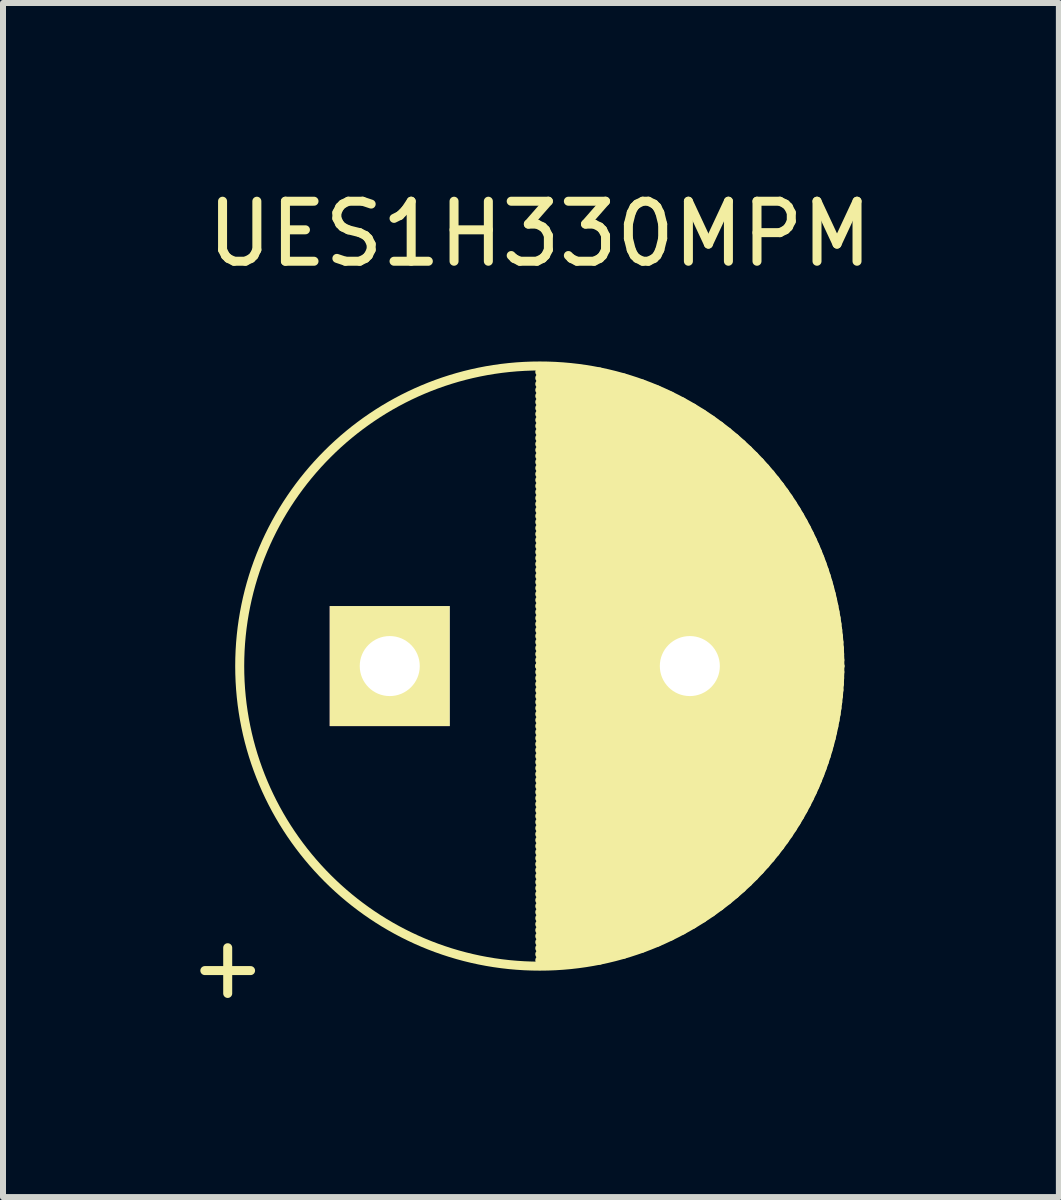
<source format=kicad_pcb>
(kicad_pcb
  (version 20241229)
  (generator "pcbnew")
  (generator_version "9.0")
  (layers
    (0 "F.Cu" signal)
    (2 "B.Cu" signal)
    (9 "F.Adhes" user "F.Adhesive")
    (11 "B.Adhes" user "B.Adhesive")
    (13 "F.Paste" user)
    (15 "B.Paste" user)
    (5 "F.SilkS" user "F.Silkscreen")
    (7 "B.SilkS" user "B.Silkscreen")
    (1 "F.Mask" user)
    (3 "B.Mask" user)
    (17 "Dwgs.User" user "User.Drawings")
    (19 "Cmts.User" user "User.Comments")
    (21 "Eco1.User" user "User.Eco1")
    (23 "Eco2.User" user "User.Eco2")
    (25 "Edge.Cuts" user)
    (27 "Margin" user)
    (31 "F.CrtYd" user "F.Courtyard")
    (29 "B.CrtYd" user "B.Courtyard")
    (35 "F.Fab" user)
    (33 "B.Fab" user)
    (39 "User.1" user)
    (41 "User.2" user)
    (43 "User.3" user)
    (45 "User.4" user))
  (footprint "UES1H330MPM"
    (layer "F.Cu")
    (at 3.444 8.048)
    (property "Reference" "UES1H330MPM" (at 2.5 -7.2 0) (layer "F.SilkS") (effects (font (size 1 1) (thickness 0.15))))
    (attr through_hole)
    (fp_line (start 2.5 -4.9) (end 3.495 -4.9) (stroke (width 0.15) (type solid)) (layer "F.SilkS"))
    (fp_line (start 2.5 -4.8) (end 3.9 -4.8) (stroke (width 0.15) (type solid)) (layer "F.SilkS"))
    (fp_line (start 2.5 -4.7) (end 4.206 -4.7) (stroke (width 0.15) (type solid)) (layer "F.SilkS"))
    (fp_line (start 2.5 -4.6) (end 4.46 -4.6) (stroke (width 0.15) (type solid)) (layer "F.SilkS"))
    (fp_line (start 2.5 -4.5) (end 4.679 -4.5) (stroke (width 0.15) (type solid)) (layer "F.SilkS"))
    (fp_line (start 2.5 -4.4) (end 4.875 -4.4) (stroke (width 0.15) (type solid)) (layer "F.SilkS"))
    (fp_line (start 2.5 -4.3) (end 5.051 -4.3) (stroke (width 0.15) (type solid)) (layer "F.SilkS"))
    (fp_line (start 2.5 -4.2) (end 5.213 -4.2) (stroke (width 0.15) (type solid)) (layer "F.SilkS"))
    (fp_line (start 2.5 -4.1) (end 5.362 -4.1) (stroke (width 0.15) (type solid)) (layer "F.SilkS"))
    (fp_line (start 2.5 -4) (end 5.5 -4) (stroke (width 0.15) (type solid)) (layer "F.SilkS"))
    (fp_line (start 2.5 -3.9) (end 5.629 -3.9) (stroke (width 0.15) (type solid)) (layer "F.SilkS"))
    (fp_line (start 2.5 -3.8) (end 5.75 -3.8) (stroke (width 0.15) (type solid)) (layer "F.SilkS"))
    (fp_line (start 2.5 -3.7) (end 5.863 -3.7) (stroke (width 0.15) (type solid)) (layer "F.SilkS"))
    (fp_line (start 2.5 -3.6) (end 5.97 -3.6) (stroke (width 0.15) (type solid)) (layer "F.SilkS"))
    (fp_line (start 2.5 -3.5) (end 6.071 -3.5) (stroke (width 0.15) (type solid)) (layer "F.SilkS"))
    (fp_line (start 2.5 -3.4) (end 6.166 -3.4) (stroke (width 0.15) (type solid)) (layer "F.SilkS"))
    (fp_line (start 2.5 -3.3) (end 6.256 -3.3) (stroke (width 0.15) (type solid)) (layer "F.SilkS"))
    (fp_line (start 2.5 -3.2) (end 6.342 -3.2) (stroke (width 0.15) (type solid)) (layer "F.SilkS"))
    (fp_line (start 2.5 -3.1) (end 6.423 -3.1) (stroke (width 0.15) (type solid)) (layer "F.SilkS"))
    (fp_line (start 2.5 -3) (end 6.5 -3) (stroke (width 0.15) (type solid)) (layer "F.SilkS"))
    (fp_line (start 2.5 -2.9) (end 6.573 -2.9) (stroke (width 0.15) (type solid)) (layer "F.SilkS"))
    (fp_line (start 2.5 -2.8) (end 6.642 -2.8) (stroke (width 0.15) (type solid)) (layer "F.SilkS"))
    (fp_line (start 2.5 -2.7) (end 6.708 -2.7) (stroke (width 0.15) (type solid)) (layer "F.SilkS"))
    (fp_line (start 2.5 -2.6) (end 6.771 -2.6) (stroke (width 0.15) (type solid)) (layer "F.SilkS"))
    (fp_line (start 2.5 -2.5) (end 6.83 -2.5) (stroke (width 0.15) (type solid)) (layer "F.SilkS"))
    (fp_line (start 2.5 -2.4) (end 6.886 -2.4) (stroke (width 0.15) (type solid)) (layer "F.SilkS"))
    (fp_line (start 2.5 -2.3) (end 6.94 -2.3) (stroke (width 0.15) (type solid)) (layer "F.SilkS"))
    (fp_line (start 2.5 -2.2) (end 6.99 -2.2) (stroke (width 0.15) (type solid)) (layer "F.SilkS"))
    (fp_line (start 2.5 -2.1) (end 7.038 -2.1) (stroke (width 0.15) (type solid)) (layer "F.SilkS"))
    (fp_line (start 2.5 -2) (end 7.083 -2) (stroke (width 0.15) (type solid)) (layer "F.SilkS"))
    (fp_line (start 2.5 -1.9) (end 7.125 -1.9) (stroke (width 0.15) (type solid)) (layer "F.SilkS"))
    (fp_line (start 2.5 -1.8) (end 7.165 -1.8) (stroke (width 0.15) (type solid)) (layer "F.SilkS"))
    (fp_line (start 2.5 -1.7) (end 7.202 -1.7) (stroke (width 0.15) (type solid)) (layer "F.SilkS"))
    (fp_line (start 2.5 -1.6) (end 7.237 -1.6) (stroke (width 0.15) (type solid)) (layer "F.SilkS"))
    (fp_line (start 2.5 -1.5) (end 7.27 -1.5) (stroke (width 0.15) (type solid)) (layer "F.SilkS"))
    (fp_line (start 2.5 -1.4) (end 7.3 -1.4) (stroke (width 0.15) (type solid)) (layer "F.SilkS"))
    (fp_line (start 2.5 -1.3) (end 7.328 -1.3) (stroke (width 0.15) (type solid)) (layer "F.SilkS"))
    (fp_line (start 2.5 -1.2) (end 7.354 -1.2) (stroke (width 0.15) (type solid)) (layer "F.SilkS"))
    (fp_line (start 2.5 -1.1) (end 7.377 -1.1) (stroke (width 0.15) (type solid)) (layer "F.SilkS"))
    (fp_line (start 2.5 -1) (end 7.399 -1) (stroke (width 0.15) (type solid)) (layer "F.SilkS"))
    (fp_line (start 2.5 -0.9) (end 7.418 -0.9) (stroke (width 0.15) (type solid)) (layer "F.SilkS"))
    (fp_line (start 2.5 -0.8) (end 7.436 -0.8) (stroke (width 0.15) (type solid)) (layer "F.SilkS"))
    (fp_line (start 2.5 -0.7) (end 7.451 -0.7) (stroke (width 0.15) (type solid)) (layer "F.SilkS"))
    (fp_line (start 2.5 -0.6) (end 7.464 -0.6) (stroke (width 0.15) (type solid)) (layer "F.SilkS"))
    (fp_line (start 2.5 -0.5) (end 7.475 -0.5) (stroke (width 0.15) (type solid)) (layer "F.SilkS"))
    (fp_line (start 2.5 -0.4) (end 7.484 -0.4) (stroke (width 0.15) (type solid)) (layer "F.SilkS"))
    (fp_line (start 2.5 -0.3) (end 7.491 -0.3) (stroke (width 0.15) (type solid)) (layer "F.SilkS"))
    (fp_line (start 2.5 -0.2) (end 7.496 -0.2) (stroke (width 0.15) (type solid)) (layer "F.SilkS"))
    (fp_line (start 2.5 -0.1) (end 7.499 -0.1) (stroke (width 0.15) (type solid)) (layer "F.SilkS"))
    (fp_line (start 2.5 0) (end 7.5 0) (stroke (width 0.15) (type solid)) (layer "F.SilkS"))
    (fp_line (start 2.5 0) (end 7.5 0) (stroke (width 0.15) (type solid)) (layer "F.SilkS"))
    (fp_line (start 2.5 0.1) (end 7.499 0.1) (stroke (width 0.15) (type solid)) (layer "F.SilkS"))
    (fp_line (start 2.5 0.2) (end 7.496 0.2) (stroke (width 0.15) (type solid)) (layer "F.SilkS"))
    (fp_line (start 2.5 0.3) (end 7.491 0.3) (stroke (width 0.15) (type solid)) (layer "F.SilkS"))
    (fp_line (start 2.5 0.4) (end 7.484 0.4) (stroke (width 0.15) (type solid)) (layer "F.SilkS"))
    (fp_line (start 2.5 0.5) (end 7.475 0.5) (stroke (width 0.15) (type solid)) (layer "F.SilkS"))
    (fp_line (start 2.5 0.6) (end 7.464 0.6) (stroke (width 0.15) (type solid)) (layer "F.SilkS"))
    (fp_line (start 2.5 0.7) (end 7.451 0.7) (stroke (width 0.15) (type solid)) (layer "F.SilkS"))
    (fp_line (start 2.5 0.8) (end 7.436 0.8) (stroke (width 0.15) (type solid)) (layer "F.SilkS"))
    (fp_line (start 2.5 0.9) (end 7.418 0.9) (stroke (width 0.15) (type solid)) (layer "F.SilkS"))
    (fp_line (start 2.5 1) (end 7.399 1) (stroke (width 0.15) (type solid)) (layer "F.SilkS"))
    (fp_line (start 2.5 1.1) (end 7.377 1.1) (stroke (width 0.15) (type solid)) (layer "F.SilkS"))
    (fp_line (start 2.5 1.2) (end 7.354 1.2) (stroke (width 0.15) (type solid)) (layer "F.SilkS"))
    (fp_line (start 2.5 1.3) (end 7.328 1.3) (stroke (width 0.15) (type solid)) (layer "F.SilkS"))
    (fp_line (start 2.5 1.4) (end 7.3 1.4) (stroke (width 0.15) (type solid)) (layer "F.SilkS"))
    (fp_line (start 2.5 1.5) (end 7.27 1.5) (stroke (width 0.15) (type solid)) (layer "F.SilkS"))
    (fp_line (start 2.5 1.6) (end 7.237 1.6) (stroke (width 0.15) (type solid)) (layer "F.SilkS"))
    (fp_line (start 2.5 1.7) (end 7.202 1.7) (stroke (width 0.15) (type solid)) (layer "F.SilkS"))
    (fp_line (start 2.5 1.8) (end 7.165 1.8) (stroke (width 0.15) (type solid)) (layer "F.SilkS"))
    (fp_line (start 2.5 1.9) (end 7.125 1.9) (stroke (width 0.15) (type solid)) (layer "F.SilkS"))
    (fp_line (start 2.5 2) (end 7.083 2) (stroke (width 0.15) (type solid)) (layer "F.SilkS"))
    (fp_line (start 2.5 2.1) (end 7.038 2.1) (stroke (width 0.15) (type solid)) (layer "F.SilkS"))
    (fp_line (start 2.5 2.2) (end 6.99 2.2) (stroke (width 0.15) (type solid)) (layer "F.SilkS"))
    (fp_line (start 2.5 2.3) (end 6.94 2.3) (stroke (width 0.15) (type solid)) (layer "F.SilkS"))
    (fp_line (start 2.5 2.4) (end 6.886 2.4) (stroke (width 0.15) (type solid)) (layer "F.SilkS"))
    (fp_line (start 2.5 2.5) (end 6.83 2.5) (stroke (width 0.15) (type solid)) (layer "F.SilkS"))
    (fp_line (start 2.5 2.6) (end 6.771 2.6) (stroke (width 0.15) (type solid)) (layer "F.SilkS"))
    (fp_line (start 2.5 2.7) (end 6.708 2.7) (stroke (width 0.15) (type solid)) (layer "F.SilkS"))
    (fp_line (start 2.5 2.8) (end 6.642 2.8) (stroke (width 0.15) (type solid)) (layer "F.SilkS"))
    (fp_line (start 2.5 2.9) (end 6.573 2.9) (stroke (width 0.15) (type solid)) (layer "F.SilkS"))
    (fp_line (start 2.5 3) (end 6.5 3) (stroke (width 0.15) (type solid)) (layer "F.SilkS"))
    (fp_line (start 2.5 3.1) (end 6.423 3.1) (stroke (width 0.15) (type solid)) (layer "F.SilkS"))
    (fp_line (start 2.5 3.2) (end 6.342 3.2) (stroke (width 0.15) (type solid)) (layer "F.SilkS"))
    (fp_line (start 2.5 3.3) (end 6.256 3.3) (stroke (width 0.15) (type solid)) (layer "F.SilkS"))
    (fp_line (start 2.5 3.4) (end 6.166 3.4) (stroke (width 0.15) (type solid)) (layer "F.SilkS"))
    (fp_line (start 2.5 3.5) (end 6.071 3.5) (stroke (width 0.15) (type solid)) (layer "F.SilkS"))
    (fp_line (start 2.5 3.6) (end 5.97 3.6) (stroke (width 0.15) (type solid)) (layer "F.SilkS"))
    (fp_line (start 2.5 3.7) (end 5.863 3.7) (stroke (width 0.15) (type solid)) (layer "F.SilkS"))
    (fp_line (start 2.5 3.8) (end 5.75 3.8) (stroke (width 0.15) (type solid)) (layer "F.SilkS"))
    (fp_line (start 2.5 3.9) (end 5.629 3.9) (stroke (width 0.15) (type solid)) (layer "F.SilkS"))
    (fp_line (start 2.5 4) (end 5.5 4) (stroke (width 0.15) (type solid)) (layer "F.SilkS"))
    (fp_line (start 2.5 4.1) (end 5.362 4.1) (stroke (width 0.15) (type solid)) (layer "F.SilkS"))
    (fp_line (start 2.5 4.2) (end 5.213 4.2) (stroke (width 0.15) (type solid)) (layer "F.SilkS"))
    (fp_line (start 2.5 4.3) (end 5.051 4.3) (stroke (width 0.15) (type solid)) (layer "F.SilkS"))
    (fp_line (start 2.5 4.4) (end 4.875 4.4) (stroke (width 0.15) (type solid)) (layer "F.SilkS"))
    (fp_line (start 2.5 4.5) (end 4.679 4.5) (stroke (width 0.15) (type solid)) (layer "F.SilkS"))
    (fp_line (start 2.5 4.6) (end 4.46 4.6) (stroke (width 0.15) (type solid)) (layer "F.SilkS"))
    (fp_line (start 2.5 4.7) (end 4.206 4.7) (stroke (width 0.15) (type solid)) (layer "F.SilkS"))
    (fp_line (start 2.5 4.8) (end 3.9 4.8) (stroke (width 0.15) (type solid)) (layer "F.SilkS"))
    (fp_line (start 2.5 4.9) (end 3.495 4.9) (stroke (width 0.15) (type solid)) (layer "F.SilkS"))
    (fp_circle (center 2.5 0) (end 2.5 -5) (stroke (width 0.15) (type solid)) (fill no) (layer "F.SilkS"))
    (fp_text user "+" (at -2.7 5 0) (layer "F.SilkS") (effects (font (size 1 1) (thickness 0.15))))
    (pad "1" thru_hole rect (at 0 0) (size 2 2) (drill 1) (layers "*.Cu" "*.Mask" "F.SilkS"))
    (pad "2" thru_hole circle (at 5 0) (size 2 2) (drill 1) (layers "*.Cu" "*.Mask" "F.SilkS")))
  (gr_rect
    (start -3 -3)
    (end 14.593 16.896)
    (stroke (width 0.1) (type default))
    (fill no)
    (layer "Edge.Cuts")))
</source>
